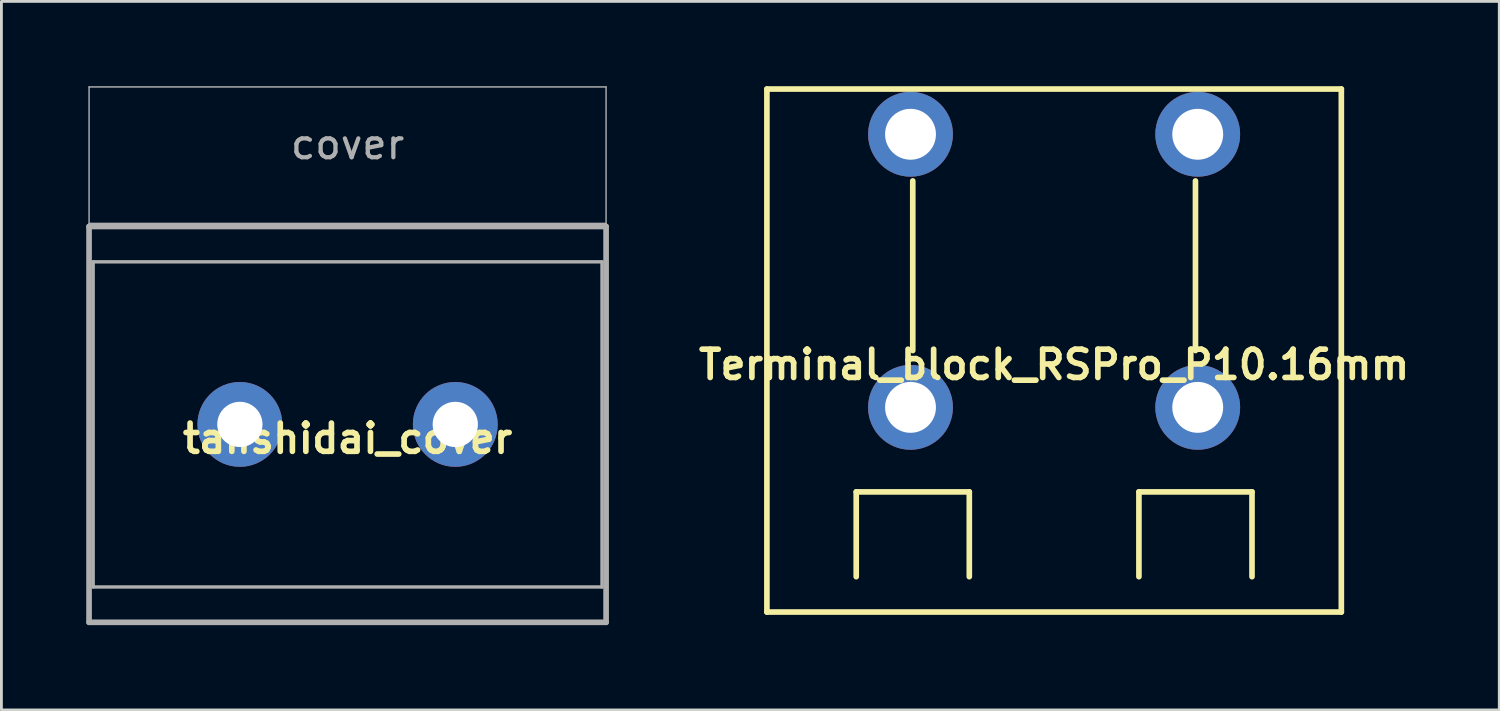
<source format=kicad_pcb>
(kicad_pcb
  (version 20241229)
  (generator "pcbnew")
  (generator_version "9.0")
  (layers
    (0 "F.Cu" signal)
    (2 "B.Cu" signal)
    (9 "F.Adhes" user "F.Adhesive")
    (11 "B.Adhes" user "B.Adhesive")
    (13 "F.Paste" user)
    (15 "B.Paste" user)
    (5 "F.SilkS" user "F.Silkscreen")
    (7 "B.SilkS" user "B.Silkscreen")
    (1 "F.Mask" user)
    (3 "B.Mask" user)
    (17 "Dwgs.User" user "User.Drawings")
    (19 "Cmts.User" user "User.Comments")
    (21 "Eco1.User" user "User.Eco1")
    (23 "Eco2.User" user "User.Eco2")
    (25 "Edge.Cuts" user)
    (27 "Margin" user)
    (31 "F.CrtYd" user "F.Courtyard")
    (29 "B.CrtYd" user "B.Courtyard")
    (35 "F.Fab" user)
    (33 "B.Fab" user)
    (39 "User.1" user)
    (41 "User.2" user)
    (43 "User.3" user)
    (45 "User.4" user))
  (footprint "Terminal_block_RSPro_P10.16mm"
    (layer "F.Cu")
    (at 34.238 9.35)
    (property "Reference" "Terminal_block_RSPro_P10.16mm" (at 0 0.5 0) (layer "F.SilkS") (effects (font (size 1 1) (thickness 0.2))))
    (attr through_hole)
    (fp_line (start -10.16 -9.25) (end 10.16 -9.25) (stroke (width 0.2) (type solid)) (layer "F.SilkS"))
    (fp_line (start -10.16 9.25) (end -10.16 -9.25) (stroke (width 0.2) (type solid)) (layer "F.SilkS"))
    (fp_line (start -7 5) (end -3 5) (stroke (width 0.2) (type solid)) (layer "F.SilkS"))
    (fp_line (start -7 8) (end -7 5) (stroke (width 0.2) (type solid)) (layer "F.SilkS"))
    (fp_line (start -5 -6) (end -5 0) (stroke (width 0.2) (type solid)) (layer "F.SilkS"))
    (fp_line (start -3 5) (end -3 8) (stroke (width 0.2) (type solid)) (layer "F.SilkS"))
    (fp_line (start 3 5) (end 7 5) (stroke (width 0.2) (type solid)) (layer "F.SilkS"))
    (fp_line (start 3 8) (end 3 5) (stroke (width 0.2) (type solid)) (layer "F.SilkS"))
    (fp_line (start 5 -6) (end 5 0) (stroke (width 0.2) (type solid)) (layer "F.SilkS"))
    (fp_line (start 7 5) (end 7 8) (stroke (width 0.2) (type solid)) (layer "F.SilkS"))
    (fp_line (start 10.16 -9.25) (end 10.16 9.25) (stroke (width 0.2) (type solid)) (layer "F.SilkS"))
    (fp_line (start 10.16 9.25) (end -10.16 9.25) (stroke (width 0.2) (type solid)) (layer "F.SilkS"))
    (pad "1" thru_hole circle (at -5.08 -7.65) (size 3 3) (drill 1.8) (layers "*.Cu" "*.Mask"))
    (pad "2" thru_hole circle (at -5.08 2.01) (size 3 3) (drill 1.8) (layers "*.Cu" "*.Mask"))
    (pad "3" thru_hole circle (at 5.08 -7.65) (size 3 3) (drill 1.8) (layers "*.Cu" "*.Mask"))
    (pad "4" thru_hole circle (at 5.08 2.01) (size 3 3) (drill 1.8) (layers "*.Cu" "*.Mask")))
  (footprint "tanshidai_cover"
    (layer "F.Cu")
    (at 9.245 11.963)
    (property "Reference" "tanshidai_cover" (at 0 0.5 0) (layer "F.SilkS") (effects (font (size 1 1) (thickness 0.2))))
    (attr through_hole)
    (fp_line (start -9.145 -7) (end 9.145 -7) (stroke (width 0.2) (type solid)) (layer "F.Fab"))
    (fp_line (start -9.145 7) (end -9.145 -7) (stroke (width 0.2) (type solid)) (layer "F.Fab"))
    (fp_line (start -9.144 -11.938) (end 9.144 -11.938) (stroke (width 0.05) (type solid)) (layer "F.Fab"))
    (fp_line (start -9.144 -7.112) (end -9.144 -11.938) (stroke (width 0.05) (type solid)) (layer "F.Fab"))
    (fp_line (start -9 -5.75) (end -9 5.75) (stroke (width 0.12) (type solid)) (layer "F.Fab"))
    (fp_line (start -9 -5.75) (end 9 -5.75) (stroke (width 0.12) (type solid)) (layer "F.Fab"))
    (fp_line (start -9 5.75) (end 9 5.75) (stroke (width 0.12) (type solid)) (layer "F.Fab"))
    (fp_line (start 9 -5.75) (end 9 5.75) (stroke (width 0.12) (type solid)) (layer "F.Fab"))
    (fp_line (start 9.144 -11.938) (end 9.144 -7.112) (stroke (width 0.05) (type solid)) (layer "F.Fab"))
    (fp_line (start 9.144 -7.112) (end -9.144 -7.112) (stroke (width 0.05) (type solid)) (layer "F.Fab"))
    (fp_line (start 9.145 -7) (end 9.145 7) (stroke (width 0.2) (type solid)) (layer "F.Fab"))
    (fp_line (start 9.145 7) (end -9.145 7) (stroke (width 0.2) (type solid)) (layer "F.Fab"))
    (fp_text user "cover" (at 0 -9.906 0) (layer "F.Fab") (effects (font (size 1 1) (thickness 0.15))))
    (pad "1" thru_hole circle (at -3.81 0) (size 3 3) (drill 1.6) (layers "*.Cu" "*.Mask"))
    (pad "2" thru_hole circle (at 3.81 0) (size 3 3) (drill 1.6) (layers "*.Cu" "*.Mask")))
  (gr_rect
    (start -3 -3)
    (end 49.985 22.063)
    (stroke (width 0.1) (type default))
    (fill no)
    (layer "Edge.Cuts")))
</source>
